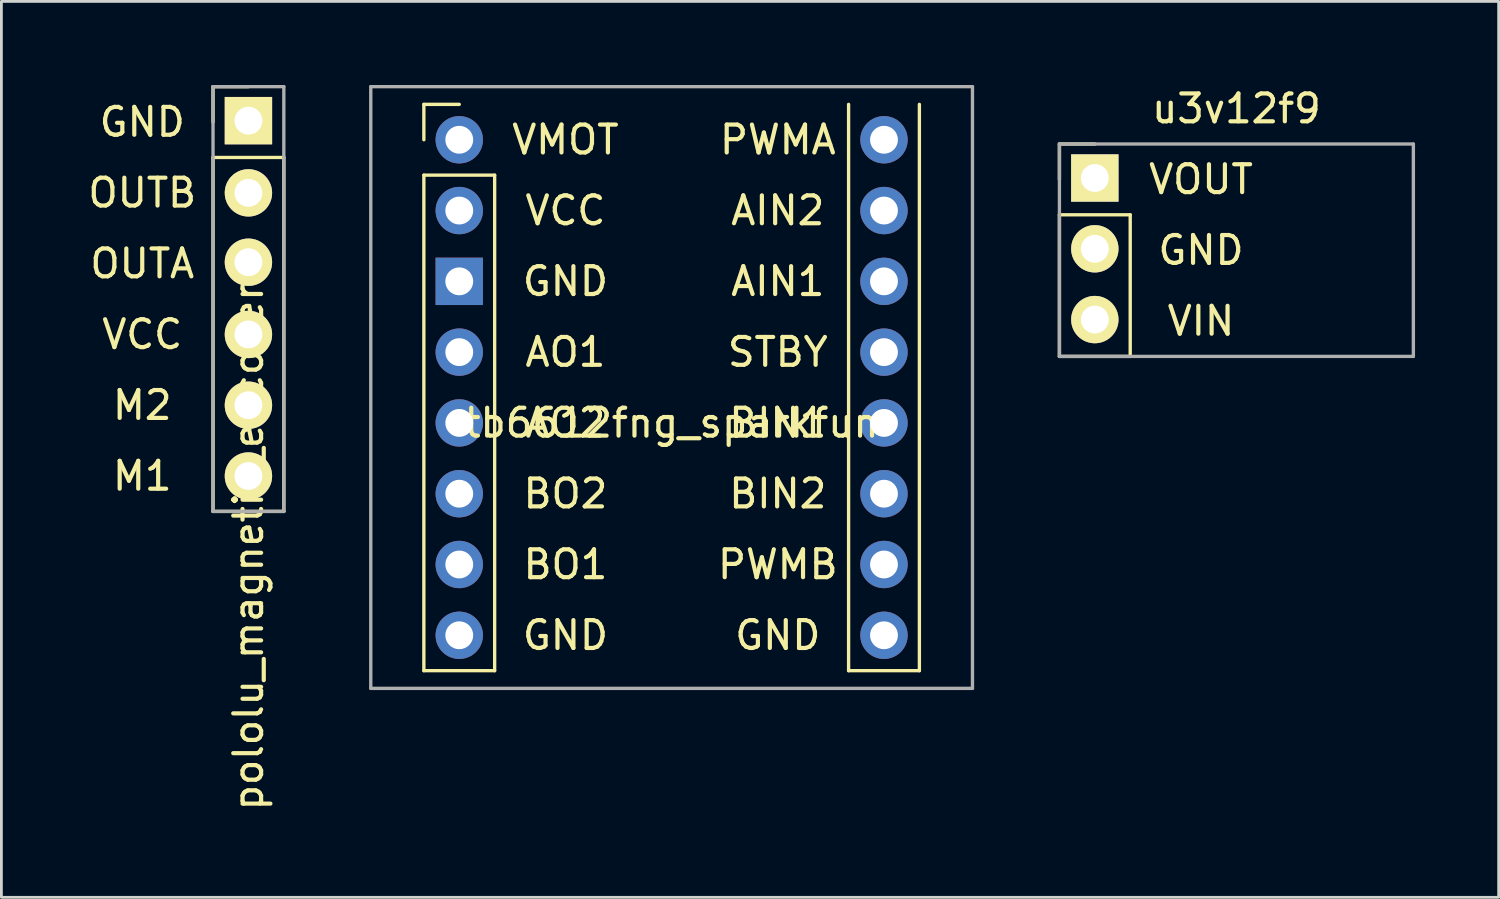
<source format=kicad_pcb>
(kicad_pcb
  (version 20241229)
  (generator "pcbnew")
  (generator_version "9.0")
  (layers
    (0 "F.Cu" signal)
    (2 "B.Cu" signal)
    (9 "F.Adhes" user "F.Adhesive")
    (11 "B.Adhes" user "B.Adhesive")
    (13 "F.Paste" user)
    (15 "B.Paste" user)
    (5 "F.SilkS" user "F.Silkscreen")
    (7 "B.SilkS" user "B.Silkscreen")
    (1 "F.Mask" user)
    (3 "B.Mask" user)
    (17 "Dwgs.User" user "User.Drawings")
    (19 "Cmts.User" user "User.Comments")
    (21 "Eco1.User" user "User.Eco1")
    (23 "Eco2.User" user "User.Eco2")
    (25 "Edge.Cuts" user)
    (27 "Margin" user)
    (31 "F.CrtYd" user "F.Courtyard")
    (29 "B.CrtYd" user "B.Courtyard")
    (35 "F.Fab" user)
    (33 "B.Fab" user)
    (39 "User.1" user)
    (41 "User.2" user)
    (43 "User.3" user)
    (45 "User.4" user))
  (footprint "tb6612fng_sparkfun"
    (layer "F.Cu")
    (at 21.049 10.855)
    (property "Reference" "tb6612fng_sparkfun" (at 0 1.27 0) (layer "F.SilkS") (effects (font (size 1 1) (thickness 0.15))))
    (attr through_hole)
    (fp_line (start -8.89 -10.16) (end -7.62 -10.16) (stroke (width 0.12) (type solid)) (layer "F.SilkS"))
    (fp_line (start -8.89 -8.89) (end -8.89 -10.16) (stroke (width 0.12) (type solid)) (layer "F.SilkS"))
    (fp_line (start -8.89 -7.62) (end -6.35 -7.62) (stroke (width 0.12) (type solid)) (layer "F.SilkS"))
    (fp_line (start -8.89 10.16) (end -8.89 -7.62) (stroke (width 0.12) (type solid)) (layer "F.SilkS"))
    (fp_line (start -6.35 -7.62) (end -6.35 10.16) (stroke (width 0.12) (type solid)) (layer "F.SilkS"))
    (fp_line (start -6.35 10.16) (end -8.89 10.16) (stroke (width 0.12) (type solid)) (layer "F.SilkS"))
    (fp_line (start 6.35 10.16) (end 6.35 -10.16) (stroke (width 0.12) (type solid)) (layer "F.SilkS"))
    (fp_line (start 8.89 -10.16) (end 8.89 10.16) (stroke (width 0.12) (type solid)) (layer "F.SilkS"))
    (fp_line (start 8.89 10.16) (end 6.35 10.16) (stroke (width 0.12) (type solid)) (layer "F.SilkS"))
    (fp_line (start -10.795 -10.795) (end -10.795 10.795) (stroke (width 0.12) (type solid)) (layer "F.Fab"))
    (fp_line (start -10.795 10.795) (end 10.795 10.795) (stroke (width 0.12) (type solid)) (layer "F.Fab"))
    (fp_line (start 10.795 -10.795) (end -10.795 -10.795) (stroke (width 0.12) (type solid)) (layer "F.Fab"))
    (fp_line (start 10.795 10.795) (end 10.795 -10.795) (stroke (width 0.12) (type solid)) (layer "F.Fab"))
    (fp_text user "AO1" (at -3.81 -1.27 0) (layer "F.SilkS") (effects (font (size 1 1) (thickness 0.15))))
    (fp_text user "BO2" (at -3.81 3.81 0) (layer "F.SilkS") (effects (font (size 1 1) (thickness 0.15))))
    (fp_text user "BO1" (at -3.81 6.35 0) (layer "F.SilkS") (effects (font (size 1 1) (thickness 0.15))))
    (fp_text user "AO2" (at -3.81 1.27 0) (layer "F.SilkS") (effects (font (size 1 1) (thickness 0.15))))
    (fp_text user "GND" (at -3.81 8.89 0) (layer "F.SilkS") (effects (font (size 1 1) (thickness 0.15))))
    (fp_text user "PWMB" (at 3.81 6.35 0) (layer "F.SilkS") (effects (font (size 1 1) (thickness 0.15))))
    (fp_text user "AIN1" (at 3.81 -3.81 0) (layer "F.SilkS") (effects (font (size 1 1) (thickness 0.15))))
    (fp_text user "BIN1" (at 3.81 1.27 0) (layer "F.SilkS") (effects (font (size 1 1) (thickness 0.15))))
    (fp_text user "GND" (at -3.81 -3.81 0) (layer "F.SilkS") (effects (font (size 1 1) (thickness 0.15))))
    (fp_text user "AIN2" (at 3.81 -6.35 0) (layer "F.SilkS") (effects (font (size 1 1) (thickness 0.15))))
    (fp_text user "VMOT" (at -3.81 -8.89 0) (layer "F.SilkS") (effects (font (size 1 1) (thickness 0.15))))
    (fp_text user "STBY" (at 3.81 -1.27 0) (layer "F.SilkS") (effects (font (size 1 1) (thickness 0.15))))
    (fp_text user "GND" (at 3.81 8.89 0) (layer "F.SilkS") (effects (font (size 1 1) (thickness 0.15))))
    (fp_text user "VCC" (at -3.81 -6.35 0) (layer "F.SilkS") (effects (font (size 1 1) (thickness 0.15))))
    (fp_text user "BIN2" (at 3.81 3.81 0) (layer "F.SilkS") (effects (font (size 1 1) (thickness 0.15))))
    (fp_text user "PWMA" (at 3.81 -8.89 0) (layer "F.SilkS") (effects (font (size 1 1) (thickness 0.15))))
    (pad "1" thru_hole rect (at -7.62 -3.81 270) (size 1.7 1.7) (drill 1) (layers "*.Cu" "*.Mask"))
    (pad "2" thru_hole oval (at -7.62 -6.35 270) (size 1.7 1.7) (drill 1) (layers "*.Cu" "*.Mask"))
    (pad "3" thru_hole oval (at -7.62 -1.27 270) (size 1.7 1.7) (drill 1) (layers "*.Cu" "*.Mask"))
    (pad "4" thru_hole oval (at -7.62 1.27 270) (size 1.7 1.7) (drill 1) (layers "*.Cu" "*.Mask"))
    (pad "5" thru_hole oval (at -7.62 3.81 270) (size 1.7 1.7) (drill 1) (layers "*.Cu" "*.Mask"))
    (pad "6" thru_hole oval (at -7.62 6.35 270) (size 1.7 1.7) (drill 1) (layers "*.Cu" "*.Mask"))
    (pad "7" thru_hole oval (at -7.62 -8.89 270) (size 1.7 1.7) (drill 1) (layers "*.Cu" "*.Mask"))
    (pad "8" thru_hole oval (at -7.62 8.89 270) (size 1.7 1.7) (drill 1) (layers "*.Cu" "*.Mask"))
    (pad "9" thru_hole oval (at 7.62 -8.89 270) (size 1.7 1.7) (drill 1) (layers "*.Cu" "*.Mask"))
    (pad "10" thru_hole oval (at 7.62 -6.35 270) (size 1.7 1.7) (drill 1) (layers "*.Cu" "*.Mask"))
    (pad "11" thru_hole oval (at 7.62 -3.81 270) (size 1.7 1.7) (drill 1) (layers "*.Cu" "*.Mask"))
    (pad "12" thru_hole oval (at 7.62 -1.27 270) (size 1.7 1.7) (drill 1) (layers "*.Cu" "*.Mask"))
    (pad "13" thru_hole oval (at 7.62 1.27 270) (size 1.7 1.7) (drill 1) (layers "*.Cu" "*.Mask"))
    (pad "14" thru_hole oval (at 7.62 3.81 270) (size 1.7 1.7) (drill 1) (layers "*.Cu" "*.Mask"))
    (pad "15" thru_hole oval (at 7.62 6.35 270) (size 1.7 1.7) (drill 1) (layers "*.Cu" "*.Mask"))
    (pad "16" thru_hole oval (at 7.62 8.89 270) (size 1.7 1.7) (drill 1) (layers "*.Cu" "*.Mask")))
  (footprint "pololu_magnetic_encoder"
    (layer "F.Cu")
    (at 5.864 7.68)
    (property "Reference" "pololu_magnetic_encoder" (at 0 8.89 90) (layer "F.SilkS") (effects (font (size 1 1) (thickness 0.15))))
    (attr through_hole)
    (fp_line (start -1.27 -7.62) (end 0 -7.62) (stroke (width 0.12) (type solid)) (layer "F.SilkS"))
    (fp_line (start -1.27 -6.35) (end -1.27 -7.62) (stroke (width 0.12) (type solid)) (layer "F.SilkS"))
    (fp_line (start -1.27 -5.08) (end 1.27 -5.08) (stroke (width 0.12) (type solid)) (layer "F.SilkS"))
    (fp_line (start -1.27 7.62) (end -1.27 -5.08) (stroke (width 0.12) (type solid)) (layer "F.SilkS"))
    (fp_line (start 1.27 -5.08) (end 1.27 7.62) (stroke (width 0.12) (type solid)) (layer "F.SilkS"))
    (fp_line (start 1.27 7.62) (end -1.27 7.62) (stroke (width 0.12) (type solid)) (layer "F.SilkS"))
    (fp_line (start -1.27 -7.62) (end -1.27 7.62) (stroke (width 0.12) (type solid)) (layer "F.Fab"))
    (fp_line (start -1.27 7.62) (end 1.27 7.62) (stroke (width 0.12) (type solid)) (layer "F.Fab"))
    (fp_line (start 1.27 -7.62) (end -1.27 -7.62) (stroke (width 0.12) (type solid)) (layer "F.Fab"))
    (fp_line (start 1.27 7.62) (end 1.27 -7.62) (stroke (width 0.12) (type solid)) (layer "F.Fab"))
    (fp_text user "OUTB" (at -3.81 -3.81 0) (layer "F.SilkS") (effects (font (size 1 1) (thickness 0.15))))
    (fp_text user "OUTA" (at -3.81 -1.27 0) (layer "F.SilkS") (effects (font (size 1 1) (thickness 0.15))))
    (fp_text user "M2" (at -3.81 3.81 0) (layer "F.SilkS") (effects (font (size 1 1) (thickness 0.15))))
    (fp_text user "VCC" (at -3.81 1.27 0) (layer "F.SilkS") (effects (font (size 1 1) (thickness 0.15))))
    (fp_text user "M1" (at -3.81 6.35 0) (layer "F.SilkS") (effects (font (size 1 1) (thickness 0.15))))
    (fp_text user "GND" (at -3.81 -6.35 0) (layer "F.SilkS") (effects (font (size 1 1) (thickness 0.15))))
    (pad "1" thru_hole rect (at 0 -6.401 270) (size 1.7 1.7) (drill 1) (layers "*.Cu" "*.Mask" "F.SilkS"))
    (pad "2" thru_hole oval (at 0 -3.81 270) (size 1.7 1.7) (drill 1) (layers "*.Cu" "*.Mask" "F.SilkS"))
    (pad "3" thru_hole oval (at 0 -1.321 270) (size 1.7 1.7) (drill 1) (layers "*.Cu" "*.Mask" "F.SilkS"))
    (pad "4" thru_hole oval (at 0 1.27 270) (size 1.7 1.7) (drill 1) (layers "*.Cu" "*.Mask" "F.SilkS"))
    (pad "5" thru_hole oval (at 0 3.81 270) (size 1.7 1.7) (drill 1) (layers "*.Cu" "*.Mask" "F.SilkS"))
    (pad "6" thru_hole oval (at 0 6.35 270) (size 1.7 1.7) (drill 1) (layers "*.Cu" "*.Mask" "F.SilkS")))
  (footprint "u3v12f9"
    (layer "F.Cu")
    (at 41.314 5.928)
    (property "Reference" "u3v12f9" (at 0 -5.08 0) (layer "F.SilkS") (effects (font (size 1 1) (thickness 0.15))))
    (attr through_hole)
    (fp_line (start -6.35 -3.81) (end -5.08 -3.81) (stroke (width 0.12) (type solid)) (layer "F.SilkS"))
    (fp_line (start -6.35 -2.54) (end -6.35 -3.81) (stroke (width 0.12) (type solid)) (layer "F.SilkS"))
    (fp_line (start -6.35 -1.27) (end -6.35 3.81) (stroke (width 0.12) (type solid)) (layer "F.SilkS"))
    (fp_line (start -6.35 3.81) (end -3.81 3.81) (stroke (width 0.12) (type solid)) (layer "F.SilkS"))
    (fp_line (start -3.81 -1.27) (end -6.35 -1.27) (stroke (width 0.12) (type solid)) (layer "F.SilkS"))
    (fp_line (start -3.81 3.81) (end -3.81 -1.27) (stroke (width 0.12) (type solid)) (layer "F.SilkS"))
    (fp_line (start -6.35 -3.81) (end -6.35 3.81) (stroke (width 0.12) (type solid)) (layer "F.Fab"))
    (fp_line (start -6.35 3.81) (end 6.35 3.81) (stroke (width 0.12) (type solid)) (layer "F.Fab"))
    (fp_line (start 6.35 -3.81) (end -6.35 -3.81) (stroke (width 0.12) (type solid)) (layer "F.Fab"))
    (fp_line (start 6.35 3.81) (end 6.35 -3.81) (stroke (width 0.12) (type solid)) (layer "F.Fab"))
    (fp_text user "GND" (at -1.27 0 0) (layer "F.SilkS") (effects (font (size 1 1) (thickness 0.15))))
    (fp_text user "VOUT" (at -1.27 -2.54 0) (layer "F.SilkS") (effects (font (size 1 1) (thickness 0.15))))
    (fp_text user "VIN" (at -1.27 2.54 0) (layer "F.SilkS") (effects (font (size 1 1) (thickness 0.15))))
    (pad "1" thru_hole rect (at -5.08 -2.591 270) (size 1.7 1.7) (drill 1) (layers "*.Cu" "*.Mask" "F.SilkS"))
    (pad "2" thru_hole oval (at -5.08 -0.051 270) (size 1.7 1.7) (drill 1) (layers "*.Cu" "*.Mask" "F.SilkS"))
    (pad "3" thru_hole oval (at -5.08 2.489 270) (size 1.7 1.7) (drill 1) (layers "*.Cu" "*.Mask" "F.SilkS")))
  (gr_rect
    (start -3 -3)
    (end 50.724 29.147)
    (stroke (width 0.1) (type default))
    (fill no)
    (layer "Edge.Cuts")))
</source>
